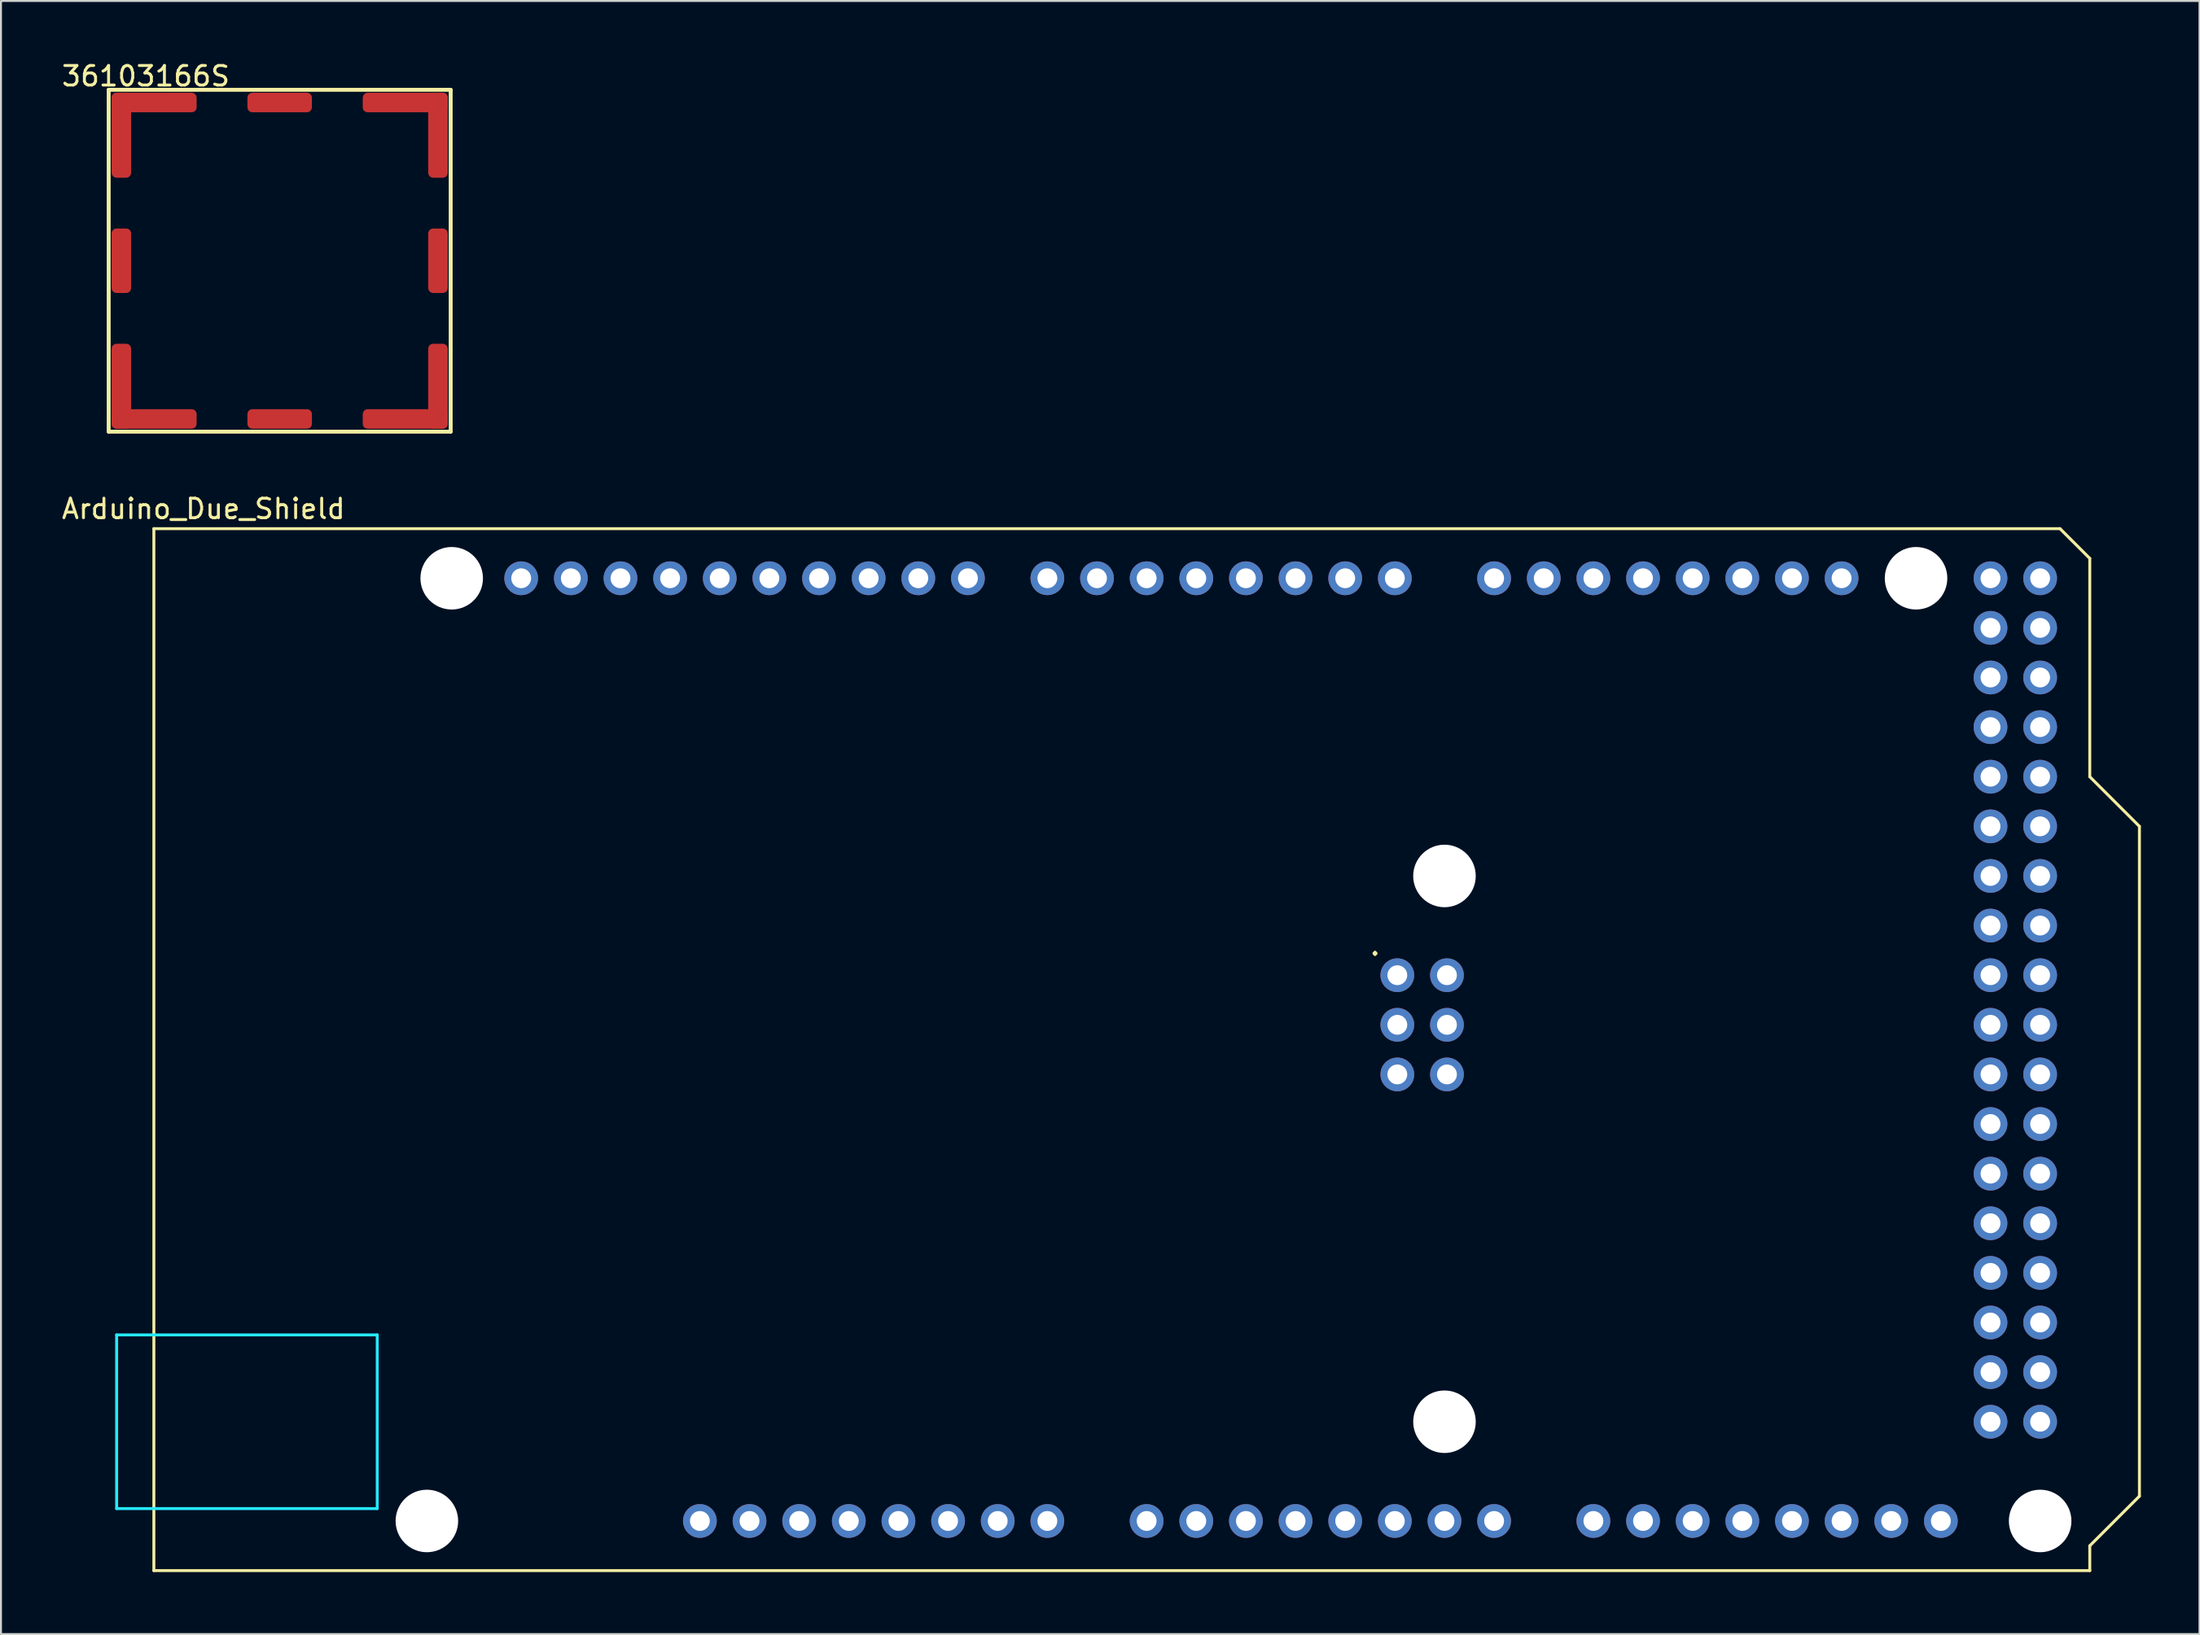
<source format=kicad_pcb>
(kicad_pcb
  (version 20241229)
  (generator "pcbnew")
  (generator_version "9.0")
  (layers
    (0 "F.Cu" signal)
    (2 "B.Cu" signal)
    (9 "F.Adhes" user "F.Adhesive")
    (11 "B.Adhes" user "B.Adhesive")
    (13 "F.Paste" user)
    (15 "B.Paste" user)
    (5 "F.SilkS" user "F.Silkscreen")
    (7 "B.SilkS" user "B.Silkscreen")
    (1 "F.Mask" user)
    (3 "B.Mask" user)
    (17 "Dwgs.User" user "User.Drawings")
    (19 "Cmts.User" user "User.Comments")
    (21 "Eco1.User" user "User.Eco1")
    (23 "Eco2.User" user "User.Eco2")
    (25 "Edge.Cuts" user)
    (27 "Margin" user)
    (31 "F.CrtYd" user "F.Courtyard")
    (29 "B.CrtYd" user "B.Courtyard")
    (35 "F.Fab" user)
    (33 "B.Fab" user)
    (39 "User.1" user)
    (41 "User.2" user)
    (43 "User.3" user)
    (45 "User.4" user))
  (footprint "Arduino_Due_Shield"
    (layer "F.Cu")
    (at 4.823 77.353)
    (property "Reference" "Arduino_Due_Shield" (at 2.54 -54.356 0) (layer "F.SilkS") (effects (font (size 1 1) (thickness 0.15))))
    (attr through_hole)
    (fp_line (start 0 -53.34) (end 0 0) (stroke (width 0.15) (type solid)) (layer "F.SilkS"))
    (fp_line (start 0 -53.34) (end 97.536 -53.34) (stroke (width 0.15) (type solid)) (layer "F.SilkS"))
    (fp_line (start 0 0) (end 99.06 0) (stroke (width 0.15) (type solid)) (layer "F.SilkS"))
    (fp_line (start 97.536 -53.34) (end 99.06 -51.816) (stroke (width 0.15) (type solid)) (layer "F.SilkS"))
    (fp_line (start 99.06 -40.64) (end 99.06 -51.816) (stroke (width 0.15) (type solid)) (layer "F.SilkS"))
    (fp_line (start 99.06 -1.27) (end 101.6 -3.81) (stroke (width 0.15) (type solid)) (layer "F.SilkS"))
    (fp_line (start 99.06 0) (end 99.06 -1.27) (stroke (width 0.15) (type solid)) (layer "F.SilkS"))
    (fp_line (start 101.6 -38.1) (end 99.06 -40.64) (stroke (width 0.15) (type solid)) (layer "F.SilkS"))
    (fp_line (start 101.6 -3.81) (end 101.6 -38.1) (stroke (width 0.15) (type solid)) (layer "F.SilkS"))
    (fp_line (start -1.905 -12.065) (end -1.905 -3.175) (stroke (width 0.15) (type solid)) (layer "B.CrtYd"))
    (fp_line (start -1.905 -12.065) (end 11.43 -12.065) (stroke (width 0.15) (type solid)) (layer "B.CrtYd"))
    (fp_line (start -1.905 -3.175) (end 11.43 -3.175) (stroke (width 0.15) (type solid)) (layer "B.CrtYd"))
    (fp_line (start 11.43 -12.065) (end 11.43 -3.175) (stroke (width 0.15) (type solid)) (layer "B.CrtYd"))
    (fp_text user "." (at 62.484 -32.004 0) (layer "F.SilkS") (effects (font (size 1 1) (thickness 0.15))))
    (pad "" np_thru_hole circle (at 13.97 -2.54) (size 3.2 3.2) (drill 3.2) (layers "*.Cu" "*.Mask"))
    (pad "" np_thru_hole circle (at 15.24 -50.8) (size 3.2 3.2) (drill 3.2) (layers "*.Cu" "*.Mask"))
    (pad "" thru_hole oval (at 27.94 -2.54) (size 1.727 1.727) (drill 1.016) (layers "*.Cu" "*.Mask"))
    (pad "" np_thru_hole circle (at 66.04 -35.56) (size 3.2 3.2) (drill 3.2) (layers "*.Cu" "*.Mask"))
    (pad "" np_thru_hole circle (at 66.04 -7.62) (size 3.2 3.2) (drill 3.2) (layers "*.Cu" "*.Mask"))
    (pad "" np_thru_hole circle (at 90.17 -50.8) (size 3.2 3.2) (drill 3.2) (layers "*.Cu" "*.Mask"))
    (pad "" np_thru_hole circle (at 96.52 -2.54) (size 3.2 3.2) (drill 3.2) (layers "*.Cu" "*.Mask"))
    (pad "3V3" thru_hole oval (at 35.56 -2.54) (size 1.727 1.727) (drill 1.016) (layers "*.Cu" "*.Mask"))
    (pad "5V1" thru_hole oval (at 38.1 -2.54) (size 1.727 1.727) (drill 1.016) (layers "*.Cu" "*.Mask"))
    (pad "5V2" thru_hole oval (at 66.167 -30.48) (size 1.727 1.727) (drill 1.016) (layers "*.Cu" "*.Mask"))
    (pad "5V3" thru_hole oval (at 93.98 -50.8) (size 1.727 1.727) (drill 1.016) (layers "*.Cu" "*.Mask"))
    (pad "5V4" thru_hole oval (at 96.52 -50.8) (size 1.727 1.727) (drill 1.016) (layers "*.Cu" "*.Mask"))
    (pad "A0" thru_hole oval (at 50.8 -2.54) (size 1.727 1.727) (drill 1.016) (layers "*.Cu" "*.Mask"))
    (pad "A1" thru_hole oval (at 53.34 -2.54) (size 1.727 1.727) (drill 1.016) (layers "*.Cu" "*.Mask"))
    (pad "A2" thru_hole oval (at 55.88 -2.54) (size 1.727 1.727) (drill 1.016) (layers "*.Cu" "*.Mask"))
    (pad "A3" thru_hole oval (at 58.42 -2.54) (size 1.727 1.727) (drill 1.016) (layers "*.Cu" "*.Mask"))
    (pad "A4" thru_hole oval (at 60.96 -2.54) (size 1.727 1.727) (drill 1.016) (layers "*.Cu" "*.Mask"))
    (pad "A5" thru_hole oval (at 63.5 -2.54) (size 1.727 1.727) (drill 1.016) (layers "*.Cu" "*.Mask"))
    (pad "A6" thru_hole oval (at 66.04 -2.54) (size 1.727 1.727) (drill 1.016) (layers "*.Cu" "*.Mask"))
    (pad "A7" thru_hole oval (at 68.58 -2.54) (size 1.727 1.727) (drill 1.016) (layers "*.Cu" "*.Mask"))
    (pad "A8" thru_hole oval (at 73.66 -2.54) (size 1.727 1.727) (drill 1.016) (layers "*.Cu" "*.Mask"))
    (pad "A9" thru_hole oval (at 76.2 -2.54) (size 1.727 1.727) (drill 1.016) (layers "*.Cu" "*.Mask"))
    (pad "A10" thru_hole oval (at 78.74 -2.54) (size 1.727 1.727) (drill 1.016) (layers "*.Cu" "*.Mask"))
    (pad "A11" thru_hole oval (at 81.28 -2.54) (size 1.727 1.727) (drill 1.016) (layers "*.Cu" "*.Mask"))
    (pad "AREF" thru_hole oval (at 23.876 -50.8) (size 1.727 1.727) (drill 1.016) (layers "*.Cu" "*.Mask"))
    (pad "CANR" thru_hole oval (at 88.9 -2.54) (size 1.727 1.727) (drill 1.016) (layers "*.Cu" "*.Mask"))
    (pad "CANT" thru_hole oval (at 91.44 -2.54) (size 1.727 1.727) (drill 1.016) (layers "*.Cu" "*.Mask"))
    (pad "D0" thru_hole oval (at 63.5 -50.8) (size 1.727 1.727) (drill 1.016) (layers "*.Cu" "*.Mask"))
    (pad "D1" thru_hole oval (at 60.96 -50.8) (size 1.727 1.727) (drill 1.016) (layers "*.Cu" "*.Mask"))
    (pad "D2" thru_hole oval (at 58.42 -50.8) (size 1.727 1.727) (drill 1.016) (layers "*.Cu" "*.Mask"))
    (pad "D3" thru_hole oval (at 55.88 -50.8) (size 1.727 1.727) (drill 1.016) (layers "*.Cu" "*.Mask"))
    (pad "D4" thru_hole oval (at 53.34 -50.8) (size 1.727 1.727) (drill 1.016) (layers "*.Cu" "*.Mask"))
    (pad "D5" thru_hole oval (at 50.8 -50.8) (size 1.727 1.727) (drill 1.016) (layers "*.Cu" "*.Mask"))
    (pad "D6" thru_hole oval (at 48.26 -50.8) (size 1.727 1.727) (drill 1.016) (layers "*.Cu" "*.Mask"))
    (pad "D7" thru_hole oval (at 45.72 -50.8) (size 1.727 1.727) (drill 1.016) (layers "*.Cu" "*.Mask"))
    (pad "D8" thru_hole oval (at 41.656 -50.8) (size 1.727 1.727) (drill 1.016) (layers "*.Cu" "*.Mask"))
    (pad "D9" thru_hole oval (at 39.116 -50.8) (size 1.727 1.727) (drill 1.016) (layers "*.Cu" "*.Mask"))
    (pad "D10" thru_hole oval (at 36.576 -50.8) (size 1.727 1.727) (drill 1.016) (layers "*.Cu" "*.Mask"))
    (pad "D11" thru_hole oval (at 34.036 -50.8) (size 1.727 1.727) (drill 1.016) (layers "*.Cu" "*.Mask"))
    (pad "D12" thru_hole oval (at 31.496 -50.8) (size 1.727 1.727) (drill 1.016) (layers "*.Cu" "*.Mask"))
    (pad "D13" thru_hole oval (at 28.956 -50.8) (size 1.727 1.727) (drill 1.016) (layers "*.Cu" "*.Mask"))
    (pad "D14" thru_hole oval (at 68.58 -50.8) (size 1.727 1.727) (drill 1.016) (layers "*.Cu" "*.Mask"))
    (pad "D15" thru_hole oval (at 71.12 -50.8) (size 1.727 1.727) (drill 1.016) (layers "*.Cu" "*.Mask"))
    (pad "D16" thru_hole oval (at 73.66 -50.8) (size 1.727 1.727) (drill 1.016) (layers "*.Cu" "*.Mask"))
    (pad "D17" thru_hole oval (at 76.2 -50.8) (size 1.727 1.727) (drill 1.016) (layers "*.Cu" "*.Mask"))
    (pad "D18" thru_hole oval (at 78.74 -50.8) (size 1.727 1.727) (drill 1.016) (layers "*.Cu" "*.Mask"))
    (pad "D19" thru_hole oval (at 81.28 -50.8) (size 1.727 1.727) (drill 1.016) (layers "*.Cu" "*.Mask"))
    (pad "D20" thru_hole oval (at 83.82 -50.8) (size 1.727 1.727) (drill 1.016) (layers "*.Cu" "*.Mask"))
    (pad "D21" thru_hole oval (at 86.36 -50.8) (size 1.727 1.727) (drill 1.016) (layers "*.Cu" "*.Mask"))
    (pad "D22" thru_hole oval (at 93.98 -48.26) (size 1.727 1.727) (drill 1.016) (layers "*.Cu" "*.Mask"))
    (pad "D23" thru_hole oval (at 96.52 -48.26) (size 1.727 1.727) (drill 1.016) (layers "*.Cu" "*.Mask"))
    (pad "D24" thru_hole oval (at 93.98 -45.72) (size 1.727 1.727) (drill 1.016) (layers "*.Cu" "*.Mask"))
    (pad "D25" thru_hole oval (at 96.52 -45.72) (size 1.727 1.727) (drill 1.016) (layers "*.Cu" "*.Mask"))
    (pad "D26" thru_hole oval (at 93.98 -43.18) (size 1.727 1.727) (drill 1.016) (layers "*.Cu" "*.Mask"))
    (pad "D27" thru_hole oval (at 96.52 -43.18) (size 1.727 1.727) (drill 1.016) (layers "*.Cu" "*.Mask"))
    (pad "D28" thru_hole oval (at 93.98 -40.64) (size 1.727 1.727) (drill 1.016) (layers "*.Cu" "*.Mask"))
    (pad "D29" thru_hole oval (at 96.52 -40.64) (size 1.727 1.727) (drill 1.016) (layers "*.Cu" "*.Mask"))
    (pad "D30" thru_hole oval (at 93.98 -38.1) (size 1.727 1.727) (drill 1.016) (layers "*.Cu" "*.Mask"))
    (pad "D31" thru_hole oval (at 96.52 -38.1) (size 1.727 1.727) (drill 1.016) (layers "*.Cu" "*.Mask"))
    (pad "D32" thru_hole oval (at 93.98 -35.56) (size 1.727 1.727) (drill 1.016) (layers "*.Cu" "*.Mask"))
    (pad "D33" thru_hole oval (at 96.52 -35.56) (size 1.727 1.727) (drill 1.016) (layers "*.Cu" "*.Mask"))
    (pad "D34" thru_hole oval (at 93.98 -33.02) (size 1.727 1.727) (drill 1.016) (layers "*.Cu" "*.Mask"))
    (pad "D35" thru_hole oval (at 96.52 -33.02) (size 1.727 1.727) (drill 1.016) (layers "*.Cu" "*.Mask"))
    (pad "D36" thru_hole oval (at 93.98 -30.48) (size 1.727 1.727) (drill 1.016) (layers "*.Cu" "*.Mask"))
    (pad "D37" thru_hole oval (at 96.52 -30.48) (size 1.727 1.727) (drill 1.016) (layers "*.Cu" "*.Mask"))
    (pad "D38" thru_hole oval (at 93.98 -27.94) (size 1.727 1.727) (drill 1.016) (layers "*.Cu" "*.Mask"))
    (pad "D39" thru_hole oval (at 96.52 -27.94) (size 1.727 1.727) (drill 1.016) (layers "*.Cu" "*.Mask"))
    (pad "D40" thru_hole oval (at 93.98 -25.4) (size 1.727 1.727) (drill 1.016) (layers "*.Cu" "*.Mask"))
    (pad "D41" thru_hole oval (at 96.52 -25.4) (size 1.727 1.727) (drill 1.016) (layers "*.Cu" "*.Mask"))
    (pad "D42" thru_hole oval (at 93.98 -22.86) (size 1.727 1.727) (drill 1.016) (layers "*.Cu" "*.Mask"))
    (pad "D43" thru_hole oval (at 96.52 -22.86) (size 1.727 1.727) (drill 1.016) (layers "*.Cu" "*.Mask"))
    (pad "D44" thru_hole oval (at 93.98 -20.32) (size 1.727 1.727) (drill 1.016) (layers "*.Cu" "*.Mask"))
    (pad "D45" thru_hole oval (at 96.52 -20.32) (size 1.727 1.727) (drill 1.016) (layers "*.Cu" "*.Mask"))
    (pad "D46" thru_hole oval (at 93.98 -17.78) (size 1.727 1.727) (drill 1.016) (layers "*.Cu" "*.Mask"))
    (pad "D47" thru_hole oval (at 96.52 -17.78) (size 1.727 1.727) (drill 1.016) (layers "*.Cu" "*.Mask"))
    (pad "D48" thru_hole oval (at 93.98 -15.24) (size 1.727 1.727) (drill 1.016) (layers "*.Cu" "*.Mask"))
    (pad "D49" thru_hole oval (at 96.52 -15.24) (size 1.727 1.727) (drill 1.016) (layers "*.Cu" "*.Mask"))
    (pad "D50" thru_hole oval (at 93.98 -12.7) (size 1.727 1.727) (drill 1.016) (layers "*.Cu" "*.Mask"))
    (pad "D51" thru_hole oval (at 96.52 -12.7) (size 1.727 1.727) (drill 1.016) (layers "*.Cu" "*.Mask"))
    (pad "D52" thru_hole oval (at 93.98 -10.16) (size 1.727 1.727) (drill 1.016) (layers "*.Cu" "*.Mask"))
    (pad "D53" thru_hole oval (at 96.52 -10.16) (size 1.727 1.727) (drill 1.016) (layers "*.Cu" "*.Mask"))
    (pad "DAC0" thru_hole oval (at 83.82 -2.54) (size 1.727 1.727) (drill 1.016) (layers "*.Cu" "*.Mask"))
    (pad "DAC1" thru_hole oval (at 86.36 -2.54) (size 1.727 1.727) (drill 1.016) (layers "*.Cu" "*.Mask"))
    (pad "GND1" thru_hole oval (at 26.416 -50.8) (size 1.727 1.727) (drill 1.016) (layers "*.Cu" "*.Mask"))
    (pad "GND2" thru_hole oval (at 40.64 -2.54) (size 1.727 1.727) (drill 1.016) (layers "*.Cu" "*.Mask"))
    (pad "GND3" thru_hole oval (at 43.18 -2.54) (size 1.727 1.727) (drill 1.016) (layers "*.Cu" "*.Mask"))
    (pad "GND4" thru_hole oval (at 66.167 -25.4) (size 1.727 1.727) (drill 1.016) (layers "*.Cu" "*.Mask"))
    (pad "GND5" thru_hole oval (at 93.98 -7.62) (size 1.727 1.727) (drill 1.016) (layers "*.Cu" "*.Mask"))
    (pad "GND6" thru_hole oval (at 96.52 -7.62) (size 1.727 1.727) (drill 1.016) (layers "*.Cu" "*.Mask"))
    (pad "IORF" thru_hole oval (at 30.48 -2.54) (size 1.727 1.727) (drill 1.016) (layers "*.Cu" "*.Mask"))
    (pad "MISO" thru_hole oval (at 63.627 -30.48) (size 1.727 1.727) (drill 1.016) (layers "*.Cu" "*.Mask"))
    (pad "MOSI" thru_hole oval (at 66.167 -27.94) (size 1.727 1.727) (drill 1.016) (layers "*.Cu" "*.Mask"))
    (pad "RST1" thru_hole oval (at 33.02 -2.54) (size 1.727 1.727) (drill 1.016) (layers "*.Cu" "*.Mask"))
    (pad "RST2" thru_hole oval (at 63.627 -25.4) (size 1.727 1.727) (drill 1.016) (layers "*.Cu" "*.Mask"))
    (pad "SCK" thru_hole oval (at 63.627 -27.94) (size 1.727 1.727) (drill 1.016) (layers "*.Cu" "*.Mask"))
    (pad "SCL1" thru_hole oval (at 18.796 -50.8) (size 1.727 1.727) (drill 1.016) (layers "*.Cu" "*.Mask"))
    (pad "SDA1" thru_hole oval (at 21.336 -50.8) (size 1.727 1.727) (drill 1.016) (layers "*.Cu" "*.Mask"))
    (pad "VIN" thru_hole oval (at 45.72 -2.54) (size 1.727 1.727) (drill 1.016) (layers "*.Cu" "*.Mask")))
  (footprint "36103166S"
    (layer "F.Cu")
    (at 11.261 10.298)
    (property "Reference" "36103166S" (at -6.85 -9.45 0) (layer "F.SilkS") (effects (font (size 1 1) (thickness 0.15))))
    (attr through_hole)
    (fp_line (start -8.75 8.75) (end -8.75 -8.75) (stroke (width 0.2) (type solid)) (layer "F.SilkS"))
    (fp_line (start 8.75 -8.75) (end -8.75 -8.75) (stroke (width 0.2) (type solid)) (layer "F.SilkS"))
    (fp_line (start 8.75 -8.75) (end 8.75 8.75) (stroke (width 0.2) (type solid)) (layer "F.SilkS"))
    (fp_line (start 8.75 8.75) (end -8.75 8.75) (stroke (width 0.2) (type solid)) (layer "F.SilkS"))
    (pad "1" smd roundrect (at -8.1 -6.425 180) (size 1 4.35) (layers "F.Cu" "F.Mask" "F.Paste") (roundrect_rratio 0.25))
    (pad "1" smd roundrect (at -8.1 0) (size 1 3.3) (layers "F.Cu" "F.Mask" "F.Paste") (roundrect_rratio 0.25))
    (pad "1" smd roundrect (at -8.1 6.425 180) (size 1 4.35) (layers "F.Cu" "F.Mask" "F.Paste") (roundrect_rratio 0.25))
    (pad "1" smd roundrect (at -6.425 -8.1 90) (size 1 4.35) (layers "F.Cu" "F.Mask" "F.Paste") (roundrect_rratio 0.25))
    (pad "1" smd roundrect (at -6.425 8.1 90) (size 1 4.35) (layers "F.Cu" "F.Mask" "F.Paste") (roundrect_rratio 0.25))
    (pad "1" smd roundrect (at 0 -8.1 90) (size 1 3.3) (layers "F.Cu" "F.Mask" "F.Paste") (roundrect_rratio 0.25))
    (pad "1" smd roundrect (at 0 8.1 90) (size 1 3.3) (layers "F.Cu" "F.Mask" "F.Paste") (roundrect_rratio 0.25))
    (pad "1" smd roundrect (at 6.425 -8.1 90) (size 1 4.35) (layers "F.Cu" "F.Mask" "F.Paste") (roundrect_rratio 0.25))
    (pad "1" smd roundrect (at 6.425 8.1 90) (size 1 4.35) (layers "F.Cu" "F.Mask" "F.Paste") (roundrect_rratio 0.25))
    (pad "1" smd roundrect (at 8.1 -6.425 180) (size 1 4.35) (layers "F.Cu" "F.Mask" "F.Paste") (roundrect_rratio 0.25))
    (pad "1" smd roundrect (at 8.1 0) (size 1 3.3) (layers "F.Cu" "F.Mask" "F.Paste") (roundrect_rratio 0.25))
    (pad "1" smd roundrect (at 8.1 6.425 180) (size 1 4.35) (layers "F.Cu" "F.Mask" "F.Paste") (roundrect_rratio 0.25)))
  (gr_rect
    (start -3 -3)
    (end 109.498 80.603)
    (stroke (width 0.1) (type default))
    (fill no)
    (layer "Edge.Cuts")))
</source>
